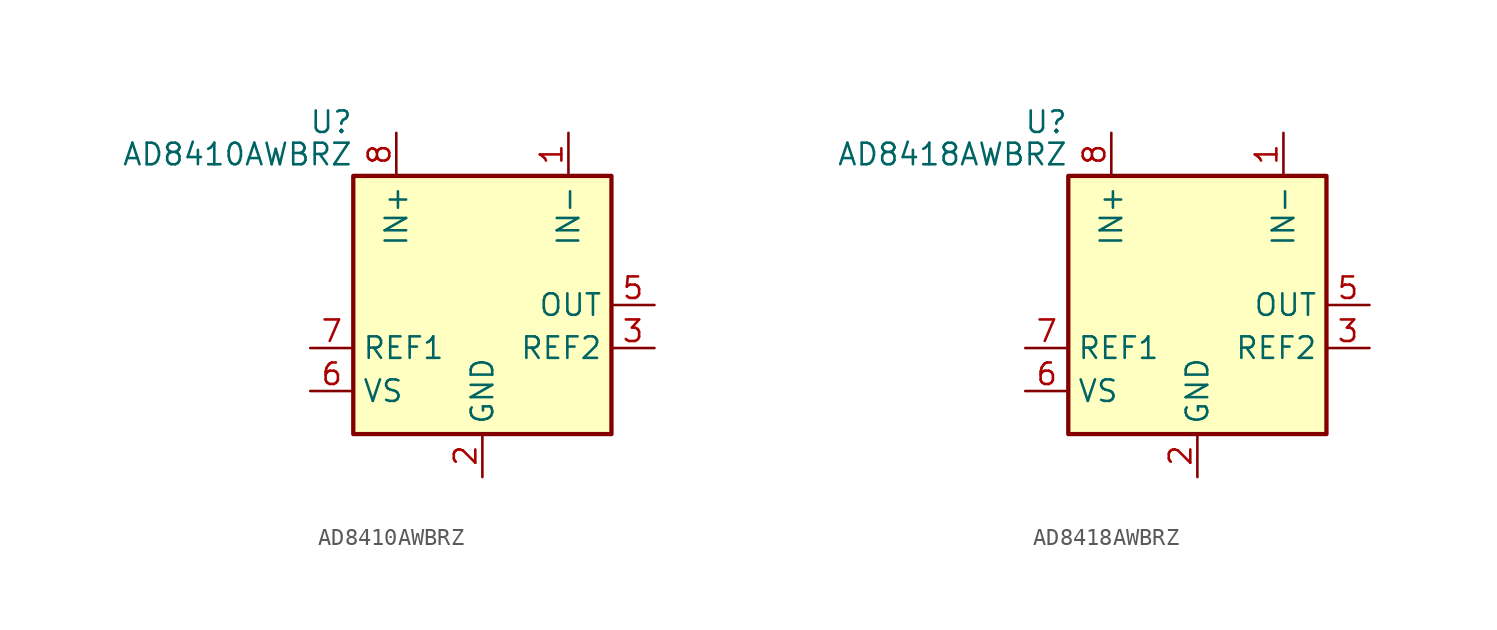
<source format=kicad_sym>
(kicad_symbol_lib
  (version 20220914)
  (generator kicad_symbol_editor)
  (symbol "AD8410AWBRZ"
    (property "Reference" "U"
      (at -7.62 10.795 0)
      (effects (font (size 1.27 1.27)) (justify right)))
    (property "Value" "AD8410AWBRZ"
      (at -7.62 8.89 0)
      (effects (font (size 1.27 1.27)) (justify right)))
    (symbol "AD8410AWBRZ_0_1"
      (rectangle (start -7.62 7.62) (end 7.62 -7.62) (stroke (width 0.254) (type default)) (fill (type background))))
    (symbol "AD8410AWBRZ_1_1"
      (pin input line (at 5.08 10.16 270) (length 2.54) (name "IN-" (effects (font (size 1.27 1.27)))) (number "1" (effects (font (size 1.27 1.27)))))
      (pin power_in line (at 0 -10.16 90) (length 2.54) (name "GND" (effects (font (size 1.27 1.27)))) (number "2" (effects (font (size 1.27 1.27)))))
      (pin input line (at 10.16 -2.54 180) (length 2.54) (name "REF2" (effects (font (size 1.27 1.27)))) (number "3" (effects (font (size 1.27 1.27)))))
      (pin no_connect line (at 2.54 -7.62 90) (length 2.54) hide (name "NC" (effects (font (size 1.27 1.27)))) (number "4" (effects (font (size 1.27 1.27)))))
      (pin output line (at 10.16 0 180) (length 2.54) (name "OUT" (effects (font (size 1.27 1.27)))) (number "5" (effects (font (size 1.27 1.27)))))
      (pin power_in line (at -10.16 -5.08 0) (length 2.54) (name "VS" (effects (font (size 1.27 1.27)))) (number "6" (effects (font (size 1.27 1.27)))))
      (pin input line (at -10.16 -2.54 0) (length 2.54) (name "REF1" (effects (font (size 1.27 1.27)))) (number "7" (effects (font (size 1.27 1.27)))))
      (pin input line (at -5.08 10.16 270) (length 2.54) (name "IN+" (effects (font (size 1.27 1.27)))) (number "8" (effects (font (size 1.27 1.27)))))))
  (symbol "AD8418AWBRZ"
    (property "Reference" "U"
      (at -7.62 10.795 0)
      (effects (font (size 1.27 1.27)) (justify right)))
    (property "Value" "AD8418AWBRZ"
      (at -7.62 8.89 0)
      (effects (font (size 1.27 1.27)) (justify right)))
    (symbol "AD8418AWBRZ_0_1"
      (rectangle (start -7.62 7.62) (end 7.62 -7.62) (stroke (width 0.254) (type default)) (fill (type background))))
    (symbol "AD8418AWBRZ_1_1"
      (pin input line (at 5.08 10.16 270) (length 2.54) (name "IN-" (effects (font (size 1.27 1.27)))) (number "1" (effects (font (size 1.27 1.27)))))
      (pin power_in line (at 0 -10.16 90) (length 2.54) (name "GND" (effects (font (size 1.27 1.27)))) (number "2" (effects (font (size 1.27 1.27)))))
      (pin input line (at 10.16 -2.54 180) (length 2.54) (name "REF2" (effects (font (size 1.27 1.27)))) (number "3" (effects (font (size 1.27 1.27)))))
      (pin no_connect line (at 2.54 -7.62 90) (length 2.54) hide (name "NC" (effects (font (size 1.27 1.27)))) (number "4" (effects (font (size 1.27 1.27)))))
      (pin output line (at 10.16 0 180) (length 2.54) (name "OUT" (effects (font (size 1.27 1.27)))) (number "5" (effects (font (size 1.27 1.27)))))
      (pin power_in line (at -10.16 -5.08 0) (length 2.54) (name "VS" (effects (font (size 1.27 1.27)))) (number "6" (effects (font (size 1.27 1.27)))))
      (pin input line (at -10.16 -2.54 0) (length 2.54) (name "REF1" (effects (font (size 1.27 1.27)))) (number "7" (effects (font (size 1.27 1.27)))))
      (pin input line (at -5.08 10.16 270) (length 2.54) (name "IN+" (effects (font (size 1.27 1.27)))) (number "8" (effects (font (size 1.27 1.27))))))))
</source>
